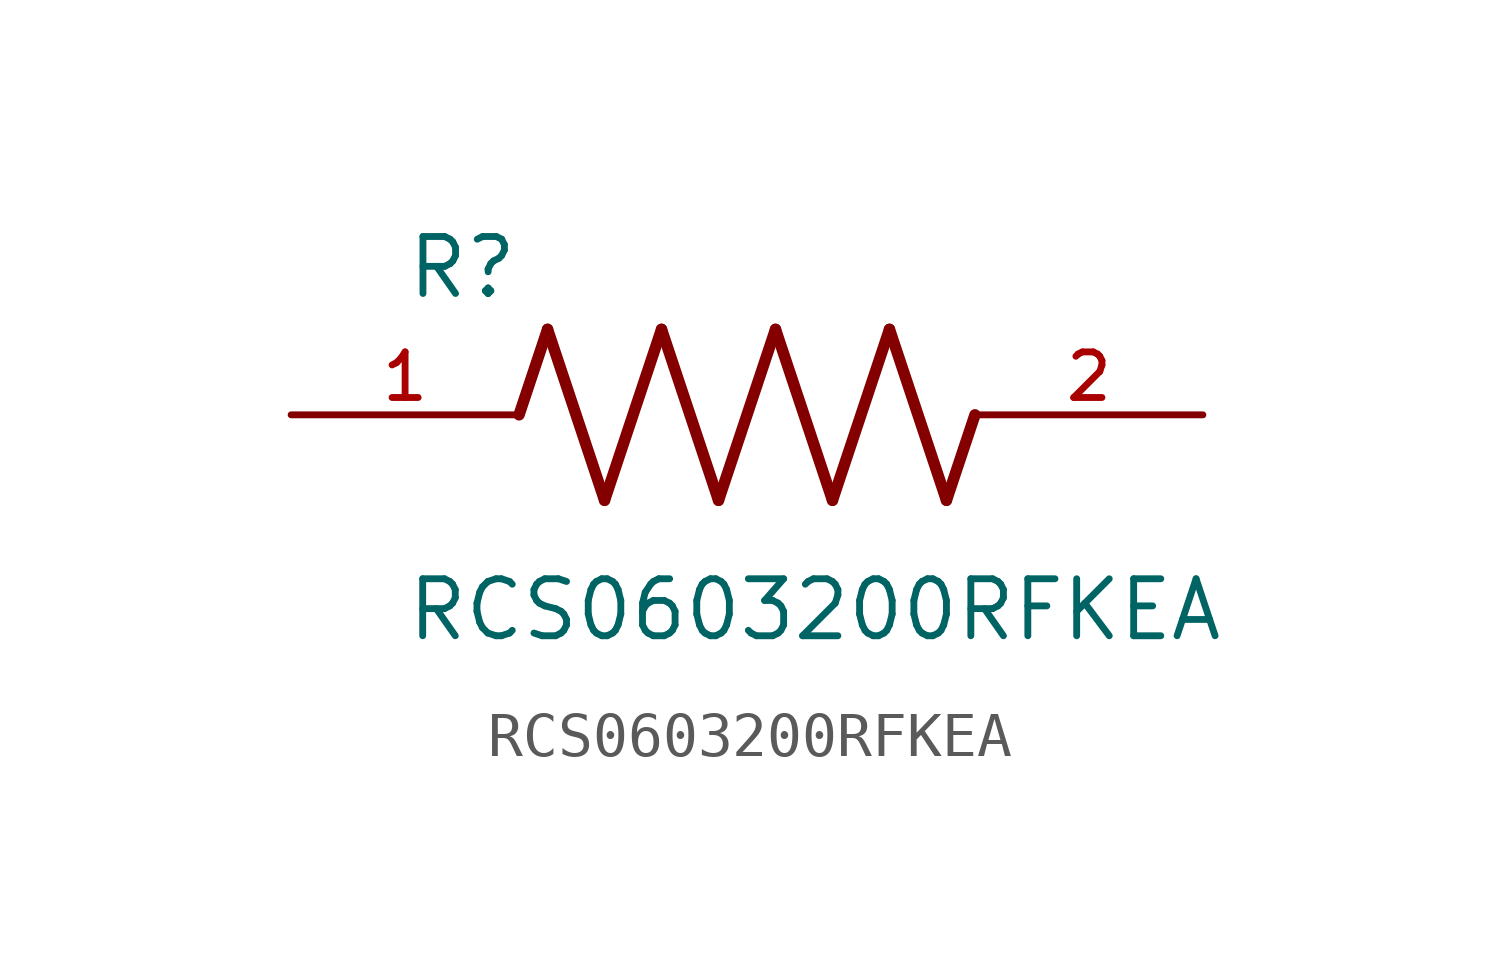
<source format=kicad_sym>
(kicad_symbol_lib
  (version 20211014)
  (generator kicad_symbol_editor)
  (symbol "RCS0603200RFKEA"
    (pin_names
      (offset 1.016))
    (property "Reference" "R"
      (at -7.624 2.541 0)
      (effects (font (size 1.27 1.27)) (justify bottom left)))
    (property "Value" "RCS0603200RFKEA"
      (at -7.63 -5.087 0)
      (effects (font (size 1.27 1.27)) (justify bottom left)))
    (symbol "RCS0603200RFKEA_0_0"
      (polyline (pts (xy -5.08 0.0) (xy -4.445 1.905)) (stroke (width 0.254)))
      (polyline (pts (xy -4.445 1.905) (xy -3.175 -1.905)) (stroke (width 0.254)))
      (polyline (pts (xy -3.175 -1.905) (xy -1.905 1.905)) (stroke (width 0.254)))
      (polyline (pts (xy -1.905 1.905) (xy -0.635 -1.905)) (stroke (width 0.254)))
      (polyline (pts (xy -0.635 -1.905) (xy 0.635 1.905)) (stroke (width 0.254)))
      (polyline (pts (xy 0.635 1.905) (xy 1.905 -1.905)) (stroke (width 0.254)))
      (polyline (pts (xy 1.905 -1.905) (xy 3.175 1.905)) (stroke (width 0.254)))
      (polyline (pts (xy 3.175 1.905) (xy 4.445 -1.905)) (stroke (width 0.254)))
      (polyline (pts (xy 4.445 -1.905) (xy 5.08 0.0)) (stroke (width 0.254)))
      (pin passive line (at -10.16 0.0 0) (length 5.08) (name "~" (effects (font (size 1.016 1.016)))) (number "1" (effects (font (size 1.016 1.016)))))
      (pin passive line (at 10.16 0.0 180.0) (length 5.08) (name "~" (effects (font (size 1.016 1.016)))) (number "2" (effects (font (size 1.016 1.016))))))))
</source>
